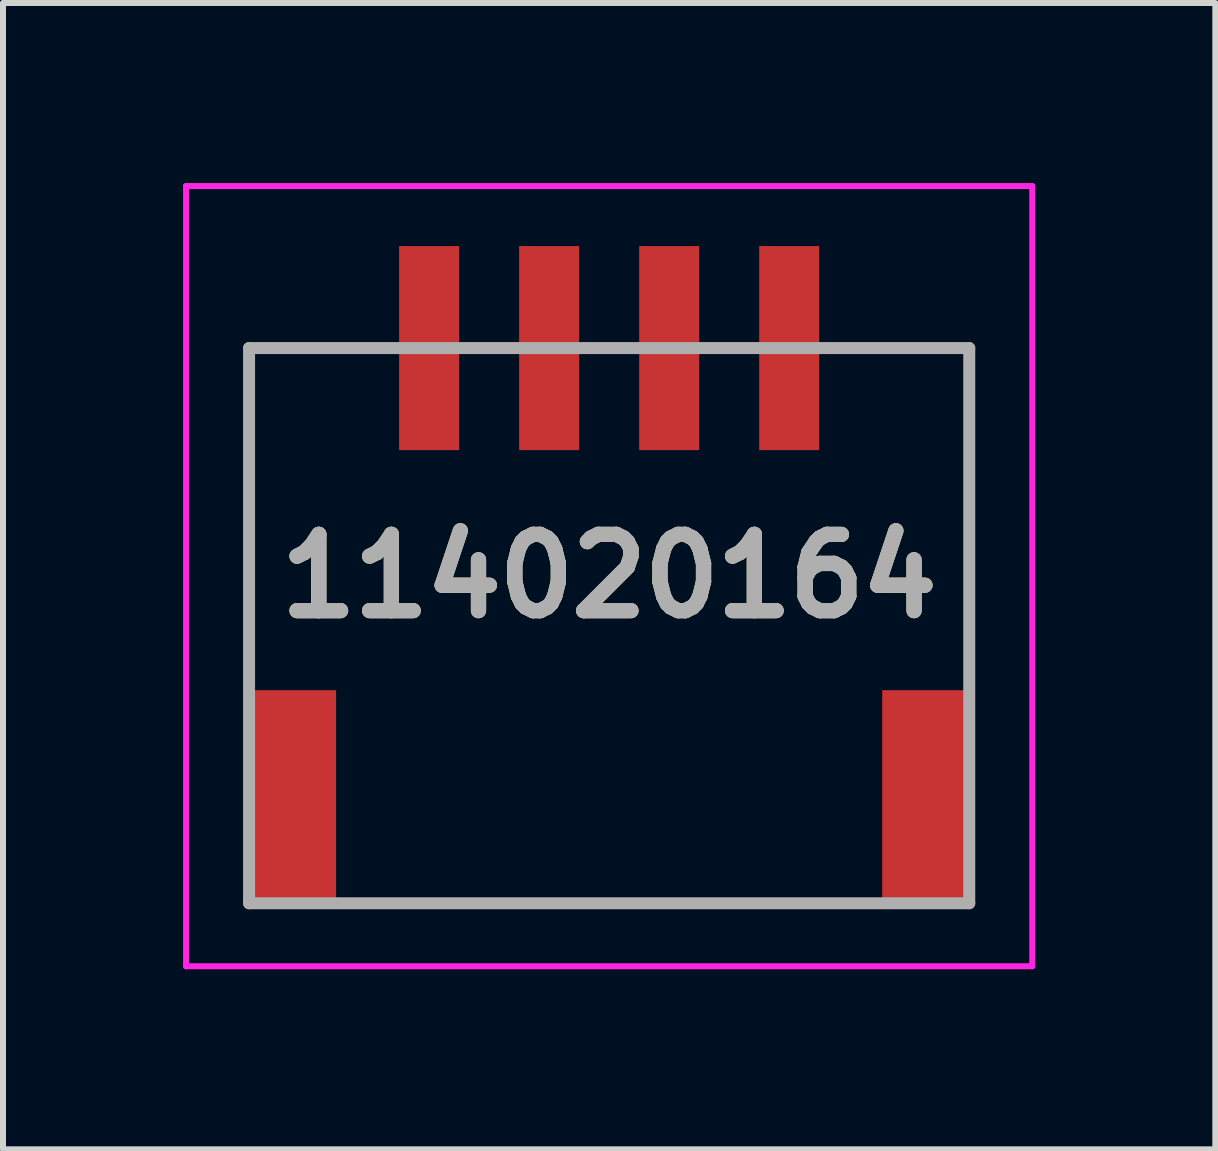
<source format=kicad_pcb>
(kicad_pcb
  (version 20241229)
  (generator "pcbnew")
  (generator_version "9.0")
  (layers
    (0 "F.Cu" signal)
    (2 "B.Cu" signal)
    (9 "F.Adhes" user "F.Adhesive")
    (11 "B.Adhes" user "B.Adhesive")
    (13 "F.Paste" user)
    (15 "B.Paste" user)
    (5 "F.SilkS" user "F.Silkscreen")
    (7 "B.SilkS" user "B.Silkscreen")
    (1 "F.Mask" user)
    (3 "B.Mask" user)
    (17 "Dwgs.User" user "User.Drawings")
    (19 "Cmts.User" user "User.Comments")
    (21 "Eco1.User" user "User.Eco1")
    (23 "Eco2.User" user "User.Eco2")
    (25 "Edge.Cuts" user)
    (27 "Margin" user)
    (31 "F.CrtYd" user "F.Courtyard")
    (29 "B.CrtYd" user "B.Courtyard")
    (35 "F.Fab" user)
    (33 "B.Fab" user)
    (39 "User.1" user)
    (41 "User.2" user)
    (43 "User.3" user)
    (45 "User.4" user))
  (footprint "114020164"
    (layer "F.Cu")
    (at 7.1 6.55)
    (property "Reference" "114020164" (at 0 0 0) (layer "F.SilkS") (effects (font (size 1.27 1.27) (thickness 0.254))))
    (attr smd)
    (fp_line (start -6 -3.8) (end -3.8 -3.8) (stroke (width 0.1) (type solid)) (layer "F.SilkS"))
    (fp_line (start -6 1.425) (end -6 -3.8) (stroke (width 0.1) (type solid)) (layer "F.SilkS"))
    (fp_line (start -4.2 5.45) (end 4.2 5.45) (stroke (width 0.1) (type solid)) (layer "F.SilkS"))
    (fp_line (start 6 -3.8) (end 3.8 -3.8) (stroke (width 0.1) (type solid)) (layer "F.SilkS"))
    (fp_line (start 6 1.425) (end 6 -3.8) (stroke (width 0.1) (type solid)) (layer "F.SilkS"))
    (fp_line (start -7.05 -6.5) (end 7.05 -6.5) (stroke (width 0.1) (type solid)) (layer "F.CrtYd"))
    (fp_line (start -7.05 6.5) (end -7.05 -6.5) (stroke (width 0.1) (type solid)) (layer "F.CrtYd"))
    (fp_line (start 7.05 -6.5) (end 7.05 6.5) (stroke (width 0.1) (type solid)) (layer "F.CrtYd"))
    (fp_line (start 7.05 6.5) (end -7.05 6.5) (stroke (width 0.1) (type solid)) (layer "F.CrtYd"))
    (fp_line (start -6 -3.8) (end 6 -3.8) (stroke (width 0.2) (type solid)) (layer "F.Fab"))
    (fp_line (start -6 5.45) (end -6 -3.8) (stroke (width 0.2) (type solid)) (layer "F.Fab"))
    (fp_line (start 6 -3.8) (end 6 5.45) (stroke (width 0.2) (type solid)) (layer "F.Fab"))
    (fp_line (start 6 5.45) (end -6 5.45) (stroke (width 0.2) (type solid)) (layer "F.Fab"))
    (fp_text user "${REFERENCE}" (at 0 0 0) (layer "F.Fab") (effects (font (size 1.27 1.27) (thickness 0.254))))
    (pad "1" smd rect (at -3 -3.8) (size 1 3.4) (layers "F.Cu" "F.Mask" "F.Paste"))
    (pad "2" smd rect (at -1 -3.8) (size 1 3.4) (layers "F.Cu" "F.Mask" "F.Paste"))
    (pad "3" smd rect (at 1 -3.8) (size 1 3.4) (layers "F.Cu" "F.Mask" "F.Paste"))
    (pad "4" smd rect (at 3 -3.8) (size 1 3.4) (layers "F.Cu" "F.Mask" "F.Paste"))
    (pad "MP1" smd rect (at -5.3 3.7) (size 1.5 3.6) (layers "F.Cu" "F.Mask" "F.Paste"))
    (pad "MP2" smd rect (at 5.3 3.7) (size 1.5 3.6) (layers "F.Cu" "F.Mask" "F.Paste")))
  (gr_rect
    (start -3 -3)
    (end 17.2 16.1)
    (stroke (width 0.1) (type default))
    (fill no)
    (layer "Edge.Cuts")))
</source>
